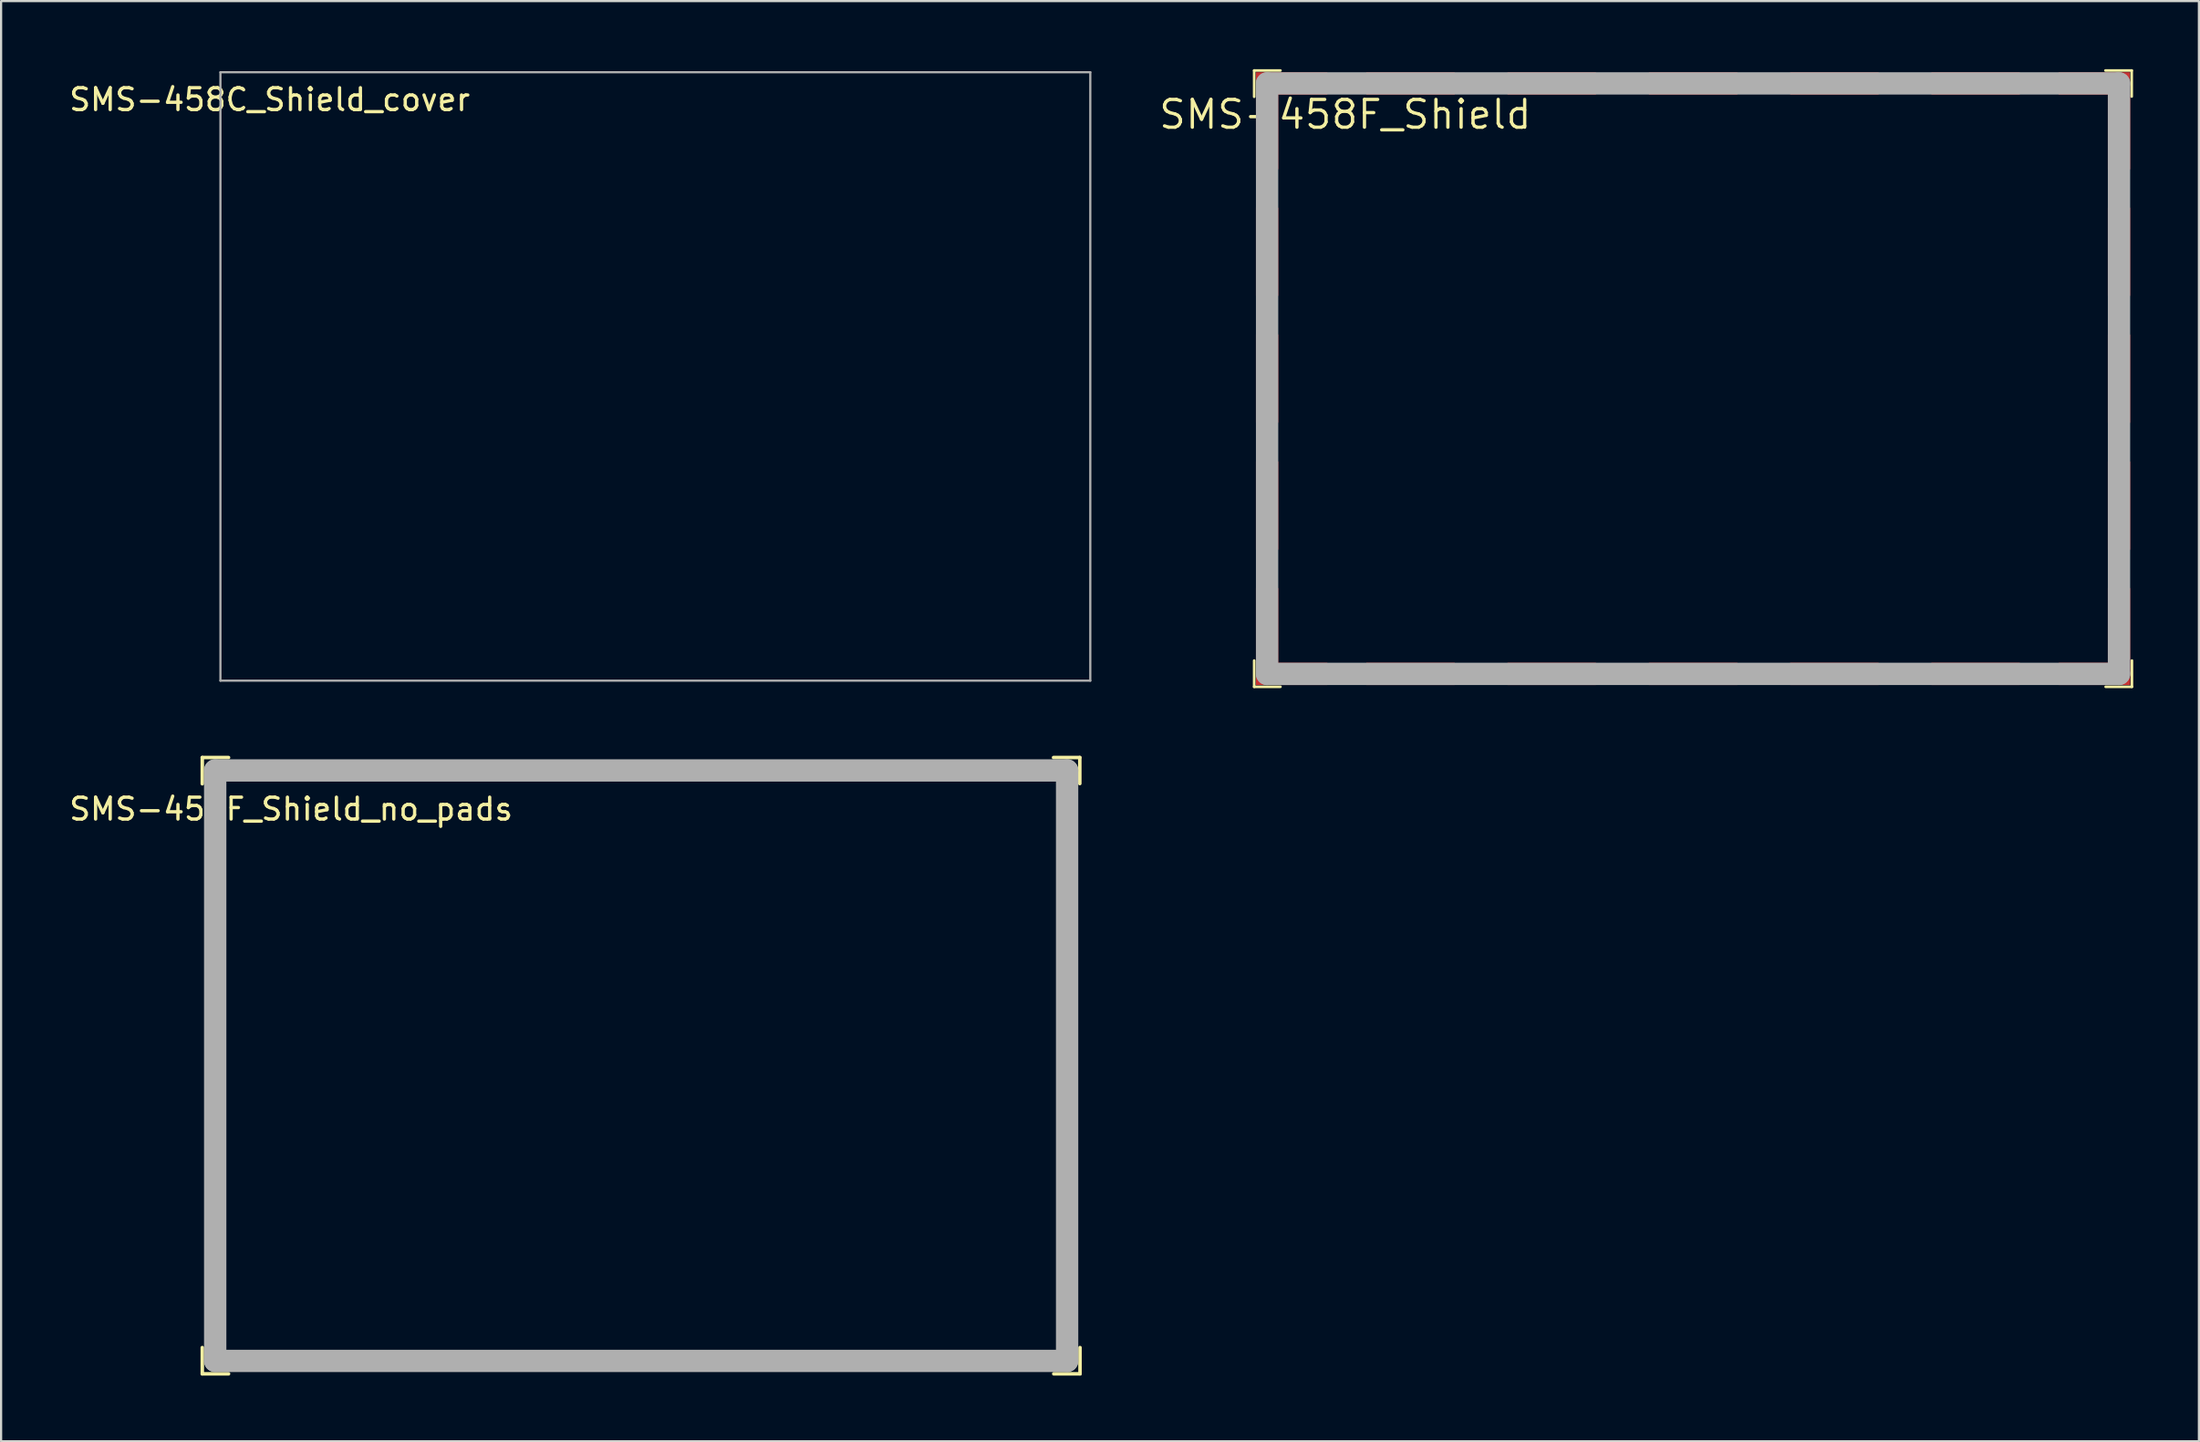
<source format=kicad_pcb>
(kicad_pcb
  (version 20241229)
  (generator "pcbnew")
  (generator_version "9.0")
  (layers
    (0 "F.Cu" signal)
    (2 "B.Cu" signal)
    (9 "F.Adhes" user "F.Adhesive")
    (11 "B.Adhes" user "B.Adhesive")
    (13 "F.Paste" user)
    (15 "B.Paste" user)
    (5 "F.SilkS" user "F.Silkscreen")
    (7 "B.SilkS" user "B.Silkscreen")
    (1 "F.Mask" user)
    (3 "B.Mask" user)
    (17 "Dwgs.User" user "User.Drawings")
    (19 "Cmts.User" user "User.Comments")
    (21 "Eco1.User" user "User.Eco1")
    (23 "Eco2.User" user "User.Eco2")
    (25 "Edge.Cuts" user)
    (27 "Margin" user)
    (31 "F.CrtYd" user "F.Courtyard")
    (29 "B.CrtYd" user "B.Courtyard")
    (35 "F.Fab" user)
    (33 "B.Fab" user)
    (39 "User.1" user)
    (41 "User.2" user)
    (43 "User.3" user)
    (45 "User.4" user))
  (footprint "SMS-458C_Shield_cover"
    (layer "F.Cu")
    (at 7.018 0.25)
    (property "Reference" "SMS-458C_Shield_cover" (at 2.25 1.25 0) (layer "F.SilkS") (effects (font (size 1 1) (thickness 0.15))))
    (attr through_hole)
    (fp_line (start 0 0) (end 0 27.79) (stroke (width 0.1) (type solid)) (layer "F.Fab"))
    (fp_line (start 0 0) (end 39.73 0) (stroke (width 0.1) (type solid)) (layer "F.Fab"))
    (fp_line (start 0 27.79) (end 39.73 27.79) (stroke (width 0.1) (type solid)) (layer "F.Fab"))
    (fp_line (start 39.73 0) (end 39.73 27.79) (stroke (width 0.1) (type solid)) (layer "F.Fab")))
  (footprint "SMS-458F_Shield"
    (layer "F.Cu")
    (at 54.313 0.25)
    (property "Reference" "SMS-458F_Shield" (at 4.08 1.93 0) (layer "F.SilkS") (effects (font (size 1.27 1.27) (thickness 0.15))))
    (attr smd)
    (fp_line (start -0.08 -0.08) (end 1.12 -0.08) (stroke (width 0.12) (type solid)) (layer "F.SilkS"))
    (fp_line (start -0.08 1.12) (end -0.08 -0.08) (stroke (width 0.12) (type solid)) (layer "F.SilkS"))
    (fp_line (start -0.08 28.07) (end -0.08 26.87) (stroke (width 0.12) (type solid)) (layer "F.SilkS"))
    (fp_line (start -0.08 28.07) (end 1.12 28.07) (stroke (width 0.12) (type solid)) (layer "F.SilkS"))
    (fp_line (start 38.8 -0.08) (end 40 -0.08) (stroke (width 0.12) (type solid)) (layer "F.SilkS"))
    (fp_line (start 38.81 28.07) (end 40.01 28.07) (stroke (width 0.12) (type solid)) (layer "F.SilkS"))
    (fp_line (start 40 1.11) (end 40 -0.08) (stroke (width 0.12) (type solid)) (layer "F.SilkS"))
    (fp_line (start 40.01 28.07) (end 40.01 26.87) (stroke (width 0.12) (type solid)) (layer "F.SilkS"))
    (fp_poly (pts (xy 0.925 4.325) (xy 0.1 4.325) (xy 0.1 1.225) (xy 0.925 1.225)) (stroke (width 0.1) (type solid)) (fill yes) (layer "F.Paste"))
    (fp_poly (pts (xy 0.925 26.75) (xy 0.1 26.75) (xy 0.1 23.65) (xy 0.925 23.65)) (stroke (width 0.1) (type solid)) (fill yes) (layer "F.Paste"))
    (fp_poly (pts (xy 3.175 27.075) (xy 3.175 27.9) (xy 0.1 27.9) (xy 0.1 27.075)) (stroke (width 0.1) (type solid)) (fill yes) (layer "F.Paste"))
    (fp_poly (pts (xy 3.2 0.1) (xy 3.2 0.925) (xy 0.1 0.925) (xy 0.1 0.1)) (stroke (width 0.1) (type solid)) (fill yes) (layer "F.Paste"))
    (fp_poly (pts (xy 39.825 0.1) (xy 39.825 0.925) (xy 36.725 0.925) (xy 36.725 0.1)) (stroke (width 0.1) (type solid)) (fill yes) (layer "F.Paste"))
    (fp_poly (pts (xy 39.825 4.35) (xy 39 4.35) (xy 39 1.25) (xy 39.825 1.25)) (stroke (width 0.1) (type solid)) (fill yes) (layer "F.Paste"))
    (fp_poly (pts (xy 39.825 26.75) (xy 39 26.75) (xy 39 23.65) (xy 39.825 23.65)) (stroke (width 0.1) (type solid)) (fill yes) (layer "F.Paste"))
    (fp_poly (pts (xy 39.85 27.075) (xy 39.85 27.9) (xy 36.775 27.9) (xy 36.775 27.075)) (stroke (width 0.1) (type solid)) (fill yes) (layer "F.Paste"))
    (fp_line (start 0.51 0.51) (end 39.42 0.51) (stroke (width 1.02) (type solid)) (layer "F.Fab"))
    (fp_line (start 0.51 27.48) (end 0.51 0.51) (stroke (width 1.02) (type solid)) (layer "F.Fab"))
    (fp_line (start 0.51 27.48) (end 39.42 27.48) (stroke (width 1.02) (type solid)) (layer "F.Fab"))
    (fp_line (start 39.42 27.48) (end 39.42 0.51) (stroke (width 1.02) (type solid)) (layer "F.Fab"))
    (pad "1" smd rect (at 0.51 2.725) (size 1.02 3.41) (layers "F.Cu" "F.Mask"))
    (pad "1" smd rect (at 0.51 8.2) (size 1.02 4.025) (layers "F.Cu" "F.Mask" "F.Paste"))
    (pad "1" smd rect (at 0.51 13.99) (size 1.02 4.025) (layers "F.Cu" "F.Mask" "F.Paste"))
    (pad "1" smd rect (at 0.51 19.79) (size 1.02 4.025) (layers "F.Cu" "F.Mask" "F.Paste"))
    (pad "1" smd rect (at 0.51 25.265) (size 1.02 3.41) (layers "F.Cu" "F.Mask"))
    (pad "1" smd rect (at 1.63 0.51 90) (size 1.02 3.26) (layers "F.Cu" "F.Mask"))
    (pad "1" smd rect (at 1.63 27.48 90) (size 1.02 3.26) (layers "F.Cu" "F.Mask"))
    (pad "1" smd rect (at 7.06 0.51 90) (size 1.02 4.04) (layers "F.Cu" "F.Mask" "F.Paste"))
    (pad "1" smd rect (at 7.06 27.48 90) (size 1.02 4.04) (layers "F.Cu" "F.Mask" "F.Paste"))
    (pad "1" smd rect (at 13.51 0.51 90) (size 1.02 4.04) (layers "F.Cu" "F.Mask" "F.Paste"))
    (pad "1" smd rect (at 13.51 27.48 90) (size 1.02 4.04) (layers "F.Cu" "F.Mask" "F.Paste"))
    (pad "1" smd rect (at 19.97 0.51 90) (size 1.02 4.04) (layers "F.Cu" "F.Mask" "F.Paste"))
    (pad "1" smd rect (at 19.97 27.48 90) (size 1.02 4.04) (layers "F.Cu" "F.Mask" "F.Paste"))
    (pad "1" smd rect (at 26.42 0.51 90) (size 1.02 4.04) (layers "F.Cu" "F.Mask" "F.Paste"))
    (pad "1" smd rect (at 26.42 27.48 90) (size 1.02 4.04) (layers "F.Cu" "F.Mask" "F.Paste"))
    (pad "1" smd rect (at 32.87 0.51 90) (size 1.02 4.04) (layers "F.Cu" "F.Mask" "F.Paste"))
    (pad "1" smd rect (at 32.87 27.48 90) (size 1.02 4.04) (layers "F.Cu" "F.Mask" "F.Paste"))
    (pad "1" smd rect (at 38.29 0.51 90) (size 1.02 3.26) (layers "F.Cu" "F.Mask"))
    (pad "1" smd rect (at 38.3 27.48 90) (size 1.02 3.26) (layers "F.Cu" "F.Mask"))
    (pad "1" smd rect (at 39.42 2.73) (size 1.02 3.41) (layers "F.Cu" "F.Mask"))
    (pad "1" smd rect (at 39.42 8.2) (size 1.02 4.025) (layers "F.Cu" "F.Mask" "F.Paste"))
    (pad "1" smd rect (at 39.42 13.995) (size 1.02 4.025) (layers "F.Cu" "F.Mask" "F.Paste"))
    (pad "1" smd rect (at 39.42 19.795) (size 1.02 4.025) (layers "F.Cu" "F.Mask" "F.Paste"))
    (pad "1" smd rect (at 39.42 25.265) (size 1.02 3.41) (layers "F.Cu" "F.Mask")))
  (footprint "SMS-458F_Shield_no_pads"
    (layer "F.Cu")
    (at 6.269 31.63)
    (property "Reference" "SMS-458F_Shield_no_pads" (at 3.975 2.275 0) (layer "F.SilkS") (effects (font (size 1 1) (thickness 0.15))))
    (attr smd)
    (fp_poly (pts (xy 0.05 4.38) (xy 0.05 0.95) (xy 0.97 0.95) (xy 0.97 4.38)) (stroke (width 0.1) (type solid)) (fill yes) (layer "F.Mask"))
    (fp_poly (pts (xy 0.05 10.17) (xy 0.05 6.23) (xy 0.97 6.23) (xy 0.97 10.17)) (stroke (width 0.1) (type solid)) (fill yes) (layer "F.Mask"))
    (fp_poly (pts (xy 0.05 15.96) (xy 0.05 12.03) (xy 0.97 12.03) (xy 0.97 15.96)) (stroke (width 0.1) (type solid)) (fill yes) (layer "F.Mask"))
    (fp_poly (pts (xy 0.05 21.76) (xy 0.05 17.82) (xy 0.97 17.82) (xy 0.97 21.76)) (stroke (width 0.1) (type solid)) (fill yes) (layer "F.Mask"))
    (fp_poly (pts (xy 0.05 27.04) (xy 0.05 23.61) (xy 0.97 23.61) (xy 0.97 27.04)) (stroke (width 0.1) (type solid)) (fill yes) (layer "F.Mask"))
    (fp_poly (pts (xy 3.21 0.97) (xy 0.05 0.97) (xy 0.05 0.05) (xy 3.21 0.05)) (stroke (width 0.1) (type solid)) (fill yes) (layer "F.Mask"))
    (fp_poly (pts (xy 3.21 27.93) (xy 0.05 27.93) (xy 0.05 27.01) (xy 3.21 27.01)) (stroke (width 0.1) (type solid)) (fill yes) (layer "F.Mask"))
    (fp_poly (pts (xy 9.03 0.97) (xy 5.09 0.97) (xy 5.09 0.05) (xy 9.03 0.05)) (stroke (width 0.1) (type solid)) (fill yes) (layer "F.Mask"))
    (fp_poly (pts (xy 9.03 27.93) (xy 5.09 27.93) (xy 5.09 27.01) (xy 9.03 27.01)) (stroke (width 0.1) (type solid)) (fill yes) (layer "F.Mask"))
    (fp_poly (pts (xy 15.48 0.97) (xy 11.54 0.97) (xy 11.54 0.05) (xy 15.48 0.05)) (stroke (width 0.1) (type solid)) (fill yes) (layer "F.Mask"))
    (fp_poly (pts (xy 15.48 27.93) (xy 11.54 27.93) (xy 11.54 27.01) (xy 15.48 27.01)) (stroke (width 0.1) (type solid)) (fill yes) (layer "F.Mask"))
    (fp_poly (pts (xy 21.93 0.97) (xy 18 0.97) (xy 18 0.05) (xy 21.93 0.05)) (stroke (width 0.1) (type solid)) (fill yes) (layer "F.Mask"))
    (fp_poly (pts (xy 21.93 27.93) (xy 18 27.93) (xy 18 27.01) (xy 21.93 27.01)) (stroke (width 0.1) (type solid)) (fill yes) (layer "F.Mask"))
    (fp_poly (pts (xy 28.39 0.97) (xy 24.45 0.97) (xy 24.45 0.05) (xy 28.39 0.05)) (stroke (width 0.1) (type solid)) (fill yes) (layer "F.Mask"))
    (fp_poly (pts (xy 28.39 27.93) (xy 24.45 27.93) (xy 24.45 27.01) (xy 28.39 27.01)) (stroke (width 0.1) (type solid)) (fill yes) (layer "F.Mask"))
    (fp_poly (pts (xy 34.84 0.97) (xy 30.9 0.97) (xy 30.9 0.05) (xy 34.84 0.05)) (stroke (width 0.1) (type solid)) (fill yes) (layer "F.Mask"))
    (fp_poly (pts (xy 34.84 27.93) (xy 30.9 27.93) (xy 30.9 27.01) (xy 34.84 27.01)) (stroke (width 0.1) (type solid)) (fill yes) (layer "F.Mask"))
    (fp_poly (pts (xy 38.96 4.38) (xy 38.96 0.95) (xy 39.88 0.95) (xy 39.88 4.38)) (stroke (width 0.1) (type solid)) (fill yes) (layer "F.Mask"))
    (fp_poly (pts (xy 38.96 10.17) (xy 38.96 6.23) (xy 39.88 6.23) (xy 39.88 10.17)) (stroke (width 0.1) (type solid)) (fill yes) (layer "F.Mask"))
    (fp_poly (pts (xy 38.96 15.96) (xy 38.96 12.03) (xy 39.88 12.03) (xy 39.88 15.96)) (stroke (width 0.1) (type solid)) (fill yes) (layer "F.Mask"))
    (fp_poly (pts (xy 38.96 21.76) (xy 38.96 17.82) (xy 39.88 17.82) (xy 39.88 21.76)) (stroke (width 0.1) (type solid)) (fill yes) (layer "F.Mask"))
    (fp_poly (pts (xy 38.96 27.04) (xy 38.96 23.61) (xy 39.88 23.61) (xy 39.88 27.04)) (stroke (width 0.1) (type solid)) (fill yes) (layer "F.Mask"))
    (fp_poly (pts (xy 39.88 0.98) (xy 36.71 0.98) (xy 36.71 0.06) (xy 39.88 0.06)) (stroke (width 0.1) (type solid)) (fill yes) (layer "F.Mask"))
    (fp_poly (pts (xy 39.88 27.94) (xy 36.71 27.94) (xy 36.71 27.02) (xy 39.88 27.02)) (stroke (width 0.1) (type solid)) (fill yes) (layer "F.Mask"))
    (fp_line (start -0.08 -0.08) (end 1.12 -0.08) (stroke (width 0.16) (type solid)) (layer "F.SilkS"))
    (fp_line (start -0.08 1.12) (end -0.08 -0.08) (stroke (width 0.16) (type solid)) (layer "F.SilkS"))
    (fp_line (start -0.08 28.07) (end -0.08 26.87) (stroke (width 0.16) (type solid)) (layer "F.SilkS"))
    (fp_line (start -0.08 28.07) (end 1.12 28.07) (stroke (width 0.16) (type solid)) (layer "F.SilkS"))
    (fp_line (start 38.8 -0.08) (end 40 -0.08) (stroke (width 0.16) (type solid)) (layer "F.SilkS"))
    (fp_line (start 38.81 28.07) (end 40.01 28.07) (stroke (width 0.16) (type solid)) (layer "F.SilkS"))
    (fp_line (start 40 1.11) (end 40 -0.08) (stroke (width 0.16) (type solid)) (layer "F.SilkS"))
    (fp_line (start 40.01 28.07) (end 40.01 26.87) (stroke (width 0.16) (type solid)) (layer "F.SilkS"))
    (fp_line (start 0.51 0.51) (end 39.42 0.51) (stroke (width 1.02) (type solid)) (layer "F.Fab"))
    (fp_line (start 0.51 27.48) (end 0.51 0.51) (stroke (width 1.02) (type solid)) (layer "F.Fab"))
    (fp_line (start 0.51 27.48) (end 39.42 27.48) (stroke (width 1.02) (type solid)) (layer "F.Fab"))
    (fp_line (start 39.42 27.48) (end 39.42 0.51) (stroke (width 1.02) (type solid)) (layer "F.Fab")))
  (gr_rect
    (start -3 -3)
    (end 97.383 62.78)
    (stroke (width 0.1) (type default))
    (fill no)
    (layer "Edge.Cuts")))
</source>
